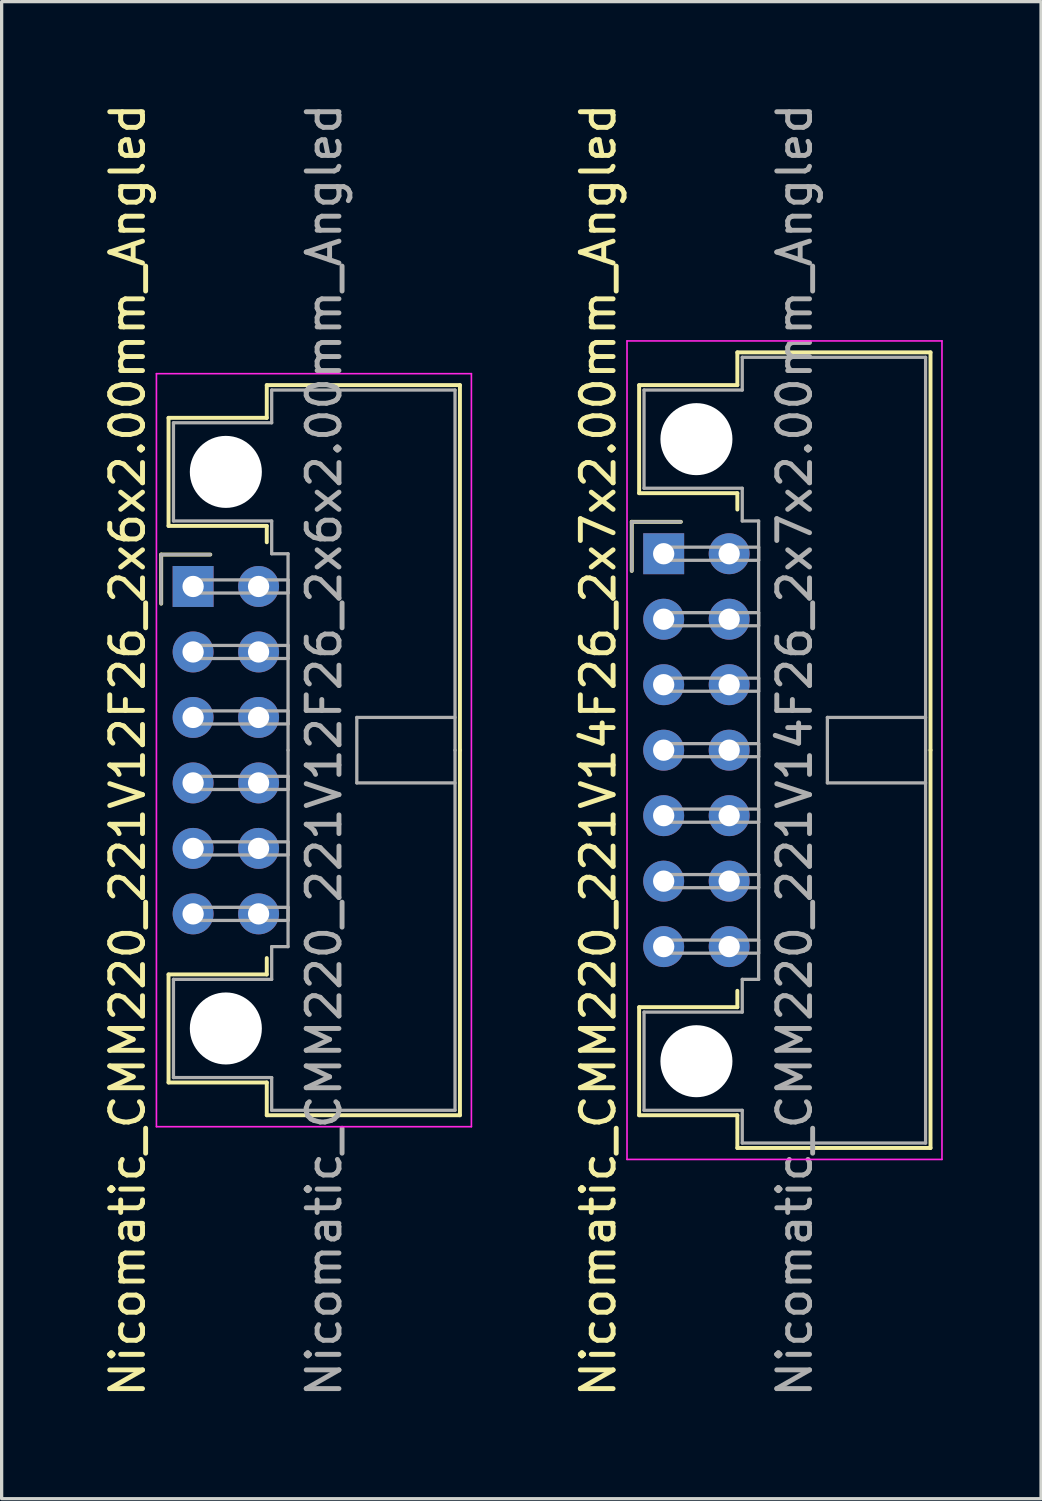
<source format=kicad_pcb>
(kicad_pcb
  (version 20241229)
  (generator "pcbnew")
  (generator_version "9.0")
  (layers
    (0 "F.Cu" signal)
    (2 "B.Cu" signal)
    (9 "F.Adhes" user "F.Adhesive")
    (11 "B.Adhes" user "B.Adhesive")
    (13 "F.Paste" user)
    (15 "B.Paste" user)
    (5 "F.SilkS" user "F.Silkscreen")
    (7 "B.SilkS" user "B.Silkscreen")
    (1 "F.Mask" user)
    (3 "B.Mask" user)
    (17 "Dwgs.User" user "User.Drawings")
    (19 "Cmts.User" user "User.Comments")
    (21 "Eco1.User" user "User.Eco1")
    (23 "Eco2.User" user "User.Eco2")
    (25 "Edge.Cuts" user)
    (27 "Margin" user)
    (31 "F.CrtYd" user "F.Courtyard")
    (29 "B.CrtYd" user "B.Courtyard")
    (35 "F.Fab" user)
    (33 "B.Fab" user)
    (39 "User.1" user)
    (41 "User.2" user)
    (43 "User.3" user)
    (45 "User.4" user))
  (footprint "Nicomatic_CMM220_221V14F26_2x7x2.00mm_Angled"
    (layer "F.Cu")
    (at 17.221 13.863)
    (property "Reference" "Nicomatic_CMM220_221V14F26_2x7x2.00mm_Angled" (at -2 6 90) (layer "F.SilkS") (effects (font (size 1 1) (thickness 0.15))))
    (attr through_hole)
    (fp_line (start -0.975 -0.975) (end -0.975 0.525) (stroke (width 0.12) (type solid)) (layer "F.SilkS"))
    (fp_line (start -0.75 -5.15) (end -0.75 -1.85) (stroke (width 0.12) (type solid)) (layer "F.SilkS"))
    (fp_line (start -0.75 -1.85) (end 2.25 -1.85) (stroke (width 0.12) (type solid)) (layer "F.SilkS"))
    (fp_line (start -0.75 13.85) (end 2.25 13.85) (stroke (width 0.12) (type solid)) (layer "F.SilkS"))
    (fp_line (start -0.75 17.15) (end -0.75 13.85) (stroke (width 0.12) (type solid)) (layer "F.SilkS"))
    (fp_line (start 0.525 -0.975) (end -0.975 -0.975) (stroke (width 0.12) (type solid)) (layer "F.SilkS"))
    (fp_line (start 2.25 -6.15) (end 2.25 -5.15) (stroke (width 0.12) (type solid)) (layer "F.SilkS"))
    (fp_line (start 2.25 -5.15) (end -0.75 -5.15) (stroke (width 0.12) (type solid)) (layer "F.SilkS"))
    (fp_line (start 2.25 -1.85) (end 2.25 -1.35) (stroke (width 0.12) (type solid)) (layer "F.SilkS"))
    (fp_line (start 2.25 13.85) (end 2.25 13.35) (stroke (width 0.12) (type solid)) (layer "F.SilkS"))
    (fp_line (start 2.25 17.15) (end -0.75 17.15) (stroke (width 0.12) (type solid)) (layer "F.SilkS"))
    (fp_line (start 2.25 18.15) (end 2.25 17.15) (stroke (width 0.12) (type solid)) (layer "F.SilkS"))
    (fp_line (start 8.15 -6.15) (end 2.25 -6.15) (stroke (width 0.12) (type solid)) (layer "F.SilkS"))
    (fp_line (start 8.15 6) (end 8.15 -6.15) (stroke (width 0.12) (type solid)) (layer "F.SilkS"))
    (fp_line (start 8.15 6) (end 8.15 18.15) (stroke (width 0.12) (type solid)) (layer "F.SilkS"))
    (fp_line (start 8.15 18.15) (end 2.25 18.15) (stroke (width 0.12) (type solid)) (layer "F.SilkS"))
    (fp_line (start -1.12 -6.5) (end -1.12 18.5) (stroke (width 0.05) (type solid)) (layer "F.CrtYd"))
    (fp_line (start -1.12 18.5) (end 8.5 18.5) (stroke (width 0.05) (type solid)) (layer "F.CrtYd"))
    (fp_line (start 8.5 -6.5) (end -1.12 -6.5) (stroke (width 0.05) (type solid)) (layer "F.CrtYd"))
    (fp_line (start 8.5 18.5) (end 8.5 -6.5) (stroke (width 0.05) (type solid)) (layer "F.CrtYd"))
    (fp_line (start -0.975 -0.975) (end -0.975 0.525) (stroke (width 0.1) (type solid)) (layer "F.Fab"))
    (fp_line (start -0.6 -5) (end -0.6 -2) (stroke (width 0.1) (type solid)) (layer "F.Fab"))
    (fp_line (start -0.6 -2) (end 2.4 -2) (stroke (width 0.1) (type solid)) (layer "F.Fab"))
    (fp_line (start -0.6 14) (end 2.4 14) (stroke (width 0.1) (type solid)) (layer "F.Fab"))
    (fp_line (start -0.6 17) (end -0.6 14) (stroke (width 0.1) (type solid)) (layer "F.Fab"))
    (fp_line (start 0 -0.2) (end 0 0.2) (stroke (width 0.1) (type solid)) (layer "F.Fab"))
    (fp_line (start 0 0.2) (end 2.9 0.2) (stroke (width 0.1) (type solid)) (layer "F.Fab"))
    (fp_line (start 0 1.8) (end 0 2.2) (stroke (width 0.1) (type solid)) (layer "F.Fab"))
    (fp_line (start 0 2.2) (end 2.9 2.2) (stroke (width 0.1) (type solid)) (layer "F.Fab"))
    (fp_line (start 0 3.8) (end 0 4.2) (stroke (width 0.1) (type solid)) (layer "F.Fab"))
    (fp_line (start 0 4.2) (end 2.9 4.2) (stroke (width 0.1) (type solid)) (layer "F.Fab"))
    (fp_line (start 0 5.8) (end 0 6.2) (stroke (width 0.1) (type solid)) (layer "F.Fab"))
    (fp_line (start 0 6.2) (end 2.9 6.2) (stroke (width 0.1) (type solid)) (layer "F.Fab"))
    (fp_line (start 0 7.8) (end 0 8.2) (stroke (width 0.1) (type solid)) (layer "F.Fab"))
    (fp_line (start 0 8.2) (end 2.9 8.2) (stroke (width 0.1) (type solid)) (layer "F.Fab"))
    (fp_line (start 0 9.8) (end 0 10.2) (stroke (width 0.1) (type solid)) (layer "F.Fab"))
    (fp_line (start 0 10.2) (end 2.9 10.2) (stroke (width 0.1) (type solid)) (layer "F.Fab"))
    (fp_line (start 0 11.8) (end 0 12.2) (stroke (width 0.1) (type solid)) (layer "F.Fab"))
    (fp_line (start 0 12.2) (end 2.9 12.2) (stroke (width 0.1) (type solid)) (layer "F.Fab"))
    (fp_line (start 0.525 -0.975) (end -0.975 -0.975) (stroke (width 0.1) (type solid)) (layer "F.Fab"))
    (fp_line (start 2.4 -6) (end 2.4 -5) (stroke (width 0.1) (type solid)) (layer "F.Fab"))
    (fp_line (start 2.4 -5) (end -0.6 -5) (stroke (width 0.1) (type solid)) (layer "F.Fab"))
    (fp_line (start 2.4 -2) (end 2.4 -1) (stroke (width 0.1) (type solid)) (layer "F.Fab"))
    (fp_line (start 2.4 -1) (end 2.9 -1) (stroke (width 0.1) (type solid)) (layer "F.Fab"))
    (fp_line (start 2.4 13) (end 2.9 13) (stroke (width 0.1) (type solid)) (layer "F.Fab"))
    (fp_line (start 2.4 14) (end 2.4 13) (stroke (width 0.1) (type solid)) (layer "F.Fab"))
    (fp_line (start 2.4 17) (end -0.6 17) (stroke (width 0.1) (type solid)) (layer "F.Fab"))
    (fp_line (start 2.4 18) (end 2.4 17) (stroke (width 0.1) (type solid)) (layer "F.Fab"))
    (fp_line (start 2.9 -1) (end 2.9 6) (stroke (width 0.1) (type solid)) (layer "F.Fab"))
    (fp_line (start 2.9 -0.2) (end 0 -0.2) (stroke (width 0.1) (type solid)) (layer "F.Fab"))
    (fp_line (start 2.9 0.2) (end 2.9 -0.2) (stroke (width 0.1) (type solid)) (layer "F.Fab"))
    (fp_line (start 2.9 1.8) (end 0 1.8) (stroke (width 0.1) (type solid)) (layer "F.Fab"))
    (fp_line (start 2.9 2.2) (end 2.9 1.8) (stroke (width 0.1) (type solid)) (layer "F.Fab"))
    (fp_line (start 2.9 3.8) (end 0 3.8) (stroke (width 0.1) (type solid)) (layer "F.Fab"))
    (fp_line (start 2.9 4.2) (end 2.9 3.8) (stroke (width 0.1) (type solid)) (layer "F.Fab"))
    (fp_line (start 2.9 5.8) (end 0 5.8) (stroke (width 0.1) (type solid)) (layer "F.Fab"))
    (fp_line (start 2.9 6.2) (end 2.9 5.8) (stroke (width 0.1) (type solid)) (layer "F.Fab"))
    (fp_line (start 2.9 7.8) (end 0 7.8) (stroke (width 0.1) (type solid)) (layer "F.Fab"))
    (fp_line (start 2.9 8.2) (end 2.9 7.8) (stroke (width 0.1) (type solid)) (layer "F.Fab"))
    (fp_line (start 2.9 9.8) (end 0 9.8) (stroke (width 0.1) (type solid)) (layer "F.Fab"))
    (fp_line (start 2.9 10.2) (end 2.9 9.8) (stroke (width 0.1) (type solid)) (layer "F.Fab"))
    (fp_line (start 2.9 11.8) (end 0 11.8) (stroke (width 0.1) (type solid)) (layer "F.Fab"))
    (fp_line (start 2.9 12.2) (end 2.9 11.8) (stroke (width 0.1) (type solid)) (layer "F.Fab"))
    (fp_line (start 2.9 13) (end 2.9 6) (stroke (width 0.1) (type solid)) (layer "F.Fab"))
    (fp_line (start 5 5) (end 5 7) (stroke (width 0.1) (type solid)) (layer "F.Fab"))
    (fp_line (start 5 7) (end 8 7) (stroke (width 0.1) (type solid)) (layer "F.Fab"))
    (fp_line (start 8 -6) (end 2.4 -6) (stroke (width 0.1) (type solid)) (layer "F.Fab"))
    (fp_line (start 8 5) (end 5 5) (stroke (width 0.1) (type solid)) (layer "F.Fab"))
    (fp_line (start 8 6) (end 8 -6) (stroke (width 0.1) (type solid)) (layer "F.Fab"))
    (fp_line (start 8 6) (end 8 18) (stroke (width 0.1) (type solid)) (layer "F.Fab"))
    (fp_line (start 8 18) (end 2.4 18) (stroke (width 0.1) (type solid)) (layer "F.Fab"))
    (fp_text user "${REFERENCE}" (at 4 6 90) (layer "F.Fab") (effects (font (size 1 1) (thickness 0.15))))
    (pad "" np_thru_hole circle (at 1 -3.5) (size 2.2 2.2) (drill 2.2) (layers "*.Cu" "*.Mask"))
    (pad "" np_thru_hole circle (at 1 15.5) (size 2.2 2.2) (drill 2.2) (layers "*.Cu" "*.Mask"))
    (pad "1" thru_hole rect (at 0 0) (size 1.25 1.25) (drill 0.65) (layers "*.Cu" "*.Mask"))
    (pad "2" thru_hole oval (at 0 2) (size 1.25 1.25) (drill 0.65) (layers "*.Cu" "*.Mask"))
    (pad "3" thru_hole oval (at 0 4) (size 1.25 1.25) (drill 0.65) (layers "*.Cu" "*.Mask"))
    (pad "4" thru_hole oval (at 0 6) (size 1.25 1.25) (drill 0.65) (layers "*.Cu" "*.Mask"))
    (pad "5" thru_hole oval (at 0 8) (size 1.25 1.25) (drill 0.65) (layers "*.Cu" "*.Mask"))
    (pad "6" thru_hole oval (at 0 10) (size 1.25 1.25) (drill 0.65) (layers "*.Cu" "*.Mask"))
    (pad "7" thru_hole oval (at 0 12) (size 1.25 1.25) (drill 0.65) (layers "*.Cu" "*.Mask"))
    (pad "8" thru_hole oval (at 2 0) (size 1.25 1.25) (drill 0.65) (layers "*.Cu" "*.Mask"))
    (pad "9" thru_hole oval (at 2 2) (size 1.25 1.25) (drill 0.65) (layers "*.Cu" "*.Mask"))
    (pad "10" thru_hole oval (at 2 4) (size 1.25 1.25) (drill 0.65) (layers "*.Cu" "*.Mask"))
    (pad "11" thru_hole oval (at 2 6) (size 1.25 1.25) (drill 0.65) (layers "*.Cu" "*.Mask"))
    (pad "12" thru_hole oval (at 2 8) (size 1.25 1.25) (drill 0.65) (layers "*.Cu" "*.Mask"))
    (pad "13" thru_hole oval (at 2 10) (size 1.25 1.25) (drill 0.65) (layers "*.Cu" "*.Mask"))
    (pad "14" thru_hole oval (at 2 12) (size 1.25 1.25) (drill 0.65) (layers "*.Cu" "*.Mask")))
  (footprint "Nicomatic_CMM220_221V12F26_2x6x2.00mm_Angled"
    (layer "F.Cu")
    (at 2.848 14.863)
    (property "Reference" "Nicomatic_CMM220_221V12F26_2x6x2.00mm_Angled" (at -2 5 90) (layer "F.SilkS") (effects (font (size 1 1) (thickness 0.15))))
    (attr through_hole)
    (fp_line (start -0.975 -0.975) (end -0.975 0.525) (stroke (width 0.12) (type solid)) (layer "F.SilkS"))
    (fp_line (start -0.75 -5.15) (end -0.75 -1.85) (stroke (width 0.12) (type solid)) (layer "F.SilkS"))
    (fp_line (start -0.75 -1.85) (end 2.25 -1.85) (stroke (width 0.12) (type solid)) (layer "F.SilkS"))
    (fp_line (start -0.75 11.85) (end 2.25 11.85) (stroke (width 0.12) (type solid)) (layer "F.SilkS"))
    (fp_line (start -0.75 15.15) (end -0.75 11.85) (stroke (width 0.12) (type solid)) (layer "F.SilkS"))
    (fp_line (start 0.525 -0.975) (end -0.975 -0.975) (stroke (width 0.12) (type solid)) (layer "F.SilkS"))
    (fp_line (start 2.25 -6.15) (end 2.25 -5.15) (stroke (width 0.12) (type solid)) (layer "F.SilkS"))
    (fp_line (start 2.25 -5.15) (end -0.75 -5.15) (stroke (width 0.12) (type solid)) (layer "F.SilkS"))
    (fp_line (start 2.25 -1.85) (end 2.25 -1.35) (stroke (width 0.12) (type solid)) (layer "F.SilkS"))
    (fp_line (start 2.25 11.85) (end 2.25 11.35) (stroke (width 0.12) (type solid)) (layer "F.SilkS"))
    (fp_line (start 2.25 15.15) (end -0.75 15.15) (stroke (width 0.12) (type solid)) (layer "F.SilkS"))
    (fp_line (start 2.25 16.15) (end 2.25 15.15) (stroke (width 0.12) (type solid)) (layer "F.SilkS"))
    (fp_line (start 8.15 -6.15) (end 2.25 -6.15) (stroke (width 0.12) (type solid)) (layer "F.SilkS"))
    (fp_line (start 8.15 5) (end 8.15 -6.15) (stroke (width 0.12) (type solid)) (layer "F.SilkS"))
    (fp_line (start 8.15 5) (end 8.15 16.15) (stroke (width 0.12) (type solid)) (layer "F.SilkS"))
    (fp_line (start 8.15 16.15) (end 2.25 16.15) (stroke (width 0.12) (type solid)) (layer "F.SilkS"))
    (fp_line (start -1.12 -6.5) (end -1.12 16.5) (stroke (width 0.05) (type solid)) (layer "F.CrtYd"))
    (fp_line (start -1.12 16.5) (end 8.5 16.5) (stroke (width 0.05) (type solid)) (layer "F.CrtYd"))
    (fp_line (start 8.5 -6.5) (end -1.12 -6.5) (stroke (width 0.05) (type solid)) (layer "F.CrtYd"))
    (fp_line (start 8.5 16.5) (end 8.5 -6.5) (stroke (width 0.05) (type solid)) (layer "F.CrtYd"))
    (fp_line (start -0.975 -0.975) (end -0.975 0.525) (stroke (width 0.1) (type solid)) (layer "F.Fab"))
    (fp_line (start -0.6 -5) (end -0.6 -2) (stroke (width 0.1) (type solid)) (layer "F.Fab"))
    (fp_line (start -0.6 -2) (end 2.4 -2) (stroke (width 0.1) (type solid)) (layer "F.Fab"))
    (fp_line (start -0.6 12) (end 2.4 12) (stroke (width 0.1) (type solid)) (layer "F.Fab"))
    (fp_line (start -0.6 15) (end -0.6 12) (stroke (width 0.1) (type solid)) (layer "F.Fab"))
    (fp_line (start 0 -0.2) (end 0 0.2) (stroke (width 0.1) (type solid)) (layer "F.Fab"))
    (fp_line (start 0 0.2) (end 2.9 0.2) (stroke (width 0.1) (type solid)) (layer "F.Fab"))
    (fp_line (start 0 1.8) (end 0 2.2) (stroke (width 0.1) (type solid)) (layer "F.Fab"))
    (fp_line (start 0 2.2) (end 2.9 2.2) (stroke (width 0.1) (type solid)) (layer "F.Fab"))
    (fp_line (start 0 3.8) (end 0 4.2) (stroke (width 0.1) (type solid)) (layer "F.Fab"))
    (fp_line (start 0 4.2) (end 2.9 4.2) (stroke (width 0.1) (type solid)) (layer "F.Fab"))
    (fp_line (start 0 5.8) (end 0 6.2) (stroke (width 0.1) (type solid)) (layer "F.Fab"))
    (fp_line (start 0 6.2) (end 2.9 6.2) (stroke (width 0.1) (type solid)) (layer "F.Fab"))
    (fp_line (start 0 7.8) (end 0 8.2) (stroke (width 0.1) (type solid)) (layer "F.Fab"))
    (fp_line (start 0 8.2) (end 2.9 8.2) (stroke (width 0.1) (type solid)) (layer "F.Fab"))
    (fp_line (start 0 9.8) (end 0 10.2) (stroke (width 0.1) (type solid)) (layer "F.Fab"))
    (fp_line (start 0 10.2) (end 2.9 10.2) (stroke (width 0.1) (type solid)) (layer "F.Fab"))
    (fp_line (start 0.525 -0.975) (end -0.975 -0.975) (stroke (width 0.1) (type solid)) (layer "F.Fab"))
    (fp_line (start 2.4 -6) (end 2.4 -5) (stroke (width 0.1) (type solid)) (layer "F.Fab"))
    (fp_line (start 2.4 -5) (end -0.6 -5) (stroke (width 0.1) (type solid)) (layer "F.Fab"))
    (fp_line (start 2.4 -2) (end 2.4 -1) (stroke (width 0.1) (type solid)) (layer "F.Fab"))
    (fp_line (start 2.4 -1) (end 2.9 -1) (stroke (width 0.1) (type solid)) (layer "F.Fab"))
    (fp_line (start 2.4 11) (end 2.9 11) (stroke (width 0.1) (type solid)) (layer "F.Fab"))
    (fp_line (start 2.4 12) (end 2.4 11) (stroke (width 0.1) (type solid)) (layer "F.Fab"))
    (fp_line (start 2.4 15) (end -0.6 15) (stroke (width 0.1) (type solid)) (layer "F.Fab"))
    (fp_line (start 2.4 16) (end 2.4 15) (stroke (width 0.1) (type solid)) (layer "F.Fab"))
    (fp_line (start 2.9 -1) (end 2.9 5) (stroke (width 0.1) (type solid)) (layer "F.Fab"))
    (fp_line (start 2.9 -0.2) (end 0 -0.2) (stroke (width 0.1) (type solid)) (layer "F.Fab"))
    (fp_line (start 2.9 0.2) (end 2.9 -0.2) (stroke (width 0.1) (type solid)) (layer "F.Fab"))
    (fp_line (start 2.9 1.8) (end 0 1.8) (stroke (width 0.1) (type solid)) (layer "F.Fab"))
    (fp_line (start 2.9 2.2) (end 2.9 1.8) (stroke (width 0.1) (type solid)) (layer "F.Fab"))
    (fp_line (start 2.9 3.8) (end 0 3.8) (stroke (width 0.1) (type solid)) (layer "F.Fab"))
    (fp_line (start 2.9 4.2) (end 2.9 3.8) (stroke (width 0.1) (type solid)) (layer "F.Fab"))
    (fp_line (start 2.9 5.8) (end 0 5.8) (stroke (width 0.1) (type solid)) (layer "F.Fab"))
    (fp_line (start 2.9 6.2) (end 2.9 5.8) (stroke (width 0.1) (type solid)) (layer "F.Fab"))
    (fp_line (start 2.9 7.8) (end 0 7.8) (stroke (width 0.1) (type solid)) (layer "F.Fab"))
    (fp_line (start 2.9 8.2) (end 2.9 7.8) (stroke (width 0.1) (type solid)) (layer "F.Fab"))
    (fp_line (start 2.9 9.8) (end 0 9.8) (stroke (width 0.1) (type solid)) (layer "F.Fab"))
    (fp_line (start 2.9 10.2) (end 2.9 9.8) (stroke (width 0.1) (type solid)) (layer "F.Fab"))
    (fp_line (start 2.9 11) (end 2.9 5) (stroke (width 0.1) (type solid)) (layer "F.Fab"))
    (fp_line (start 5 4) (end 5 6) (stroke (width 0.1) (type solid)) (layer "F.Fab"))
    (fp_line (start 5 6) (end 8 6) (stroke (width 0.1) (type solid)) (layer "F.Fab"))
    (fp_line (start 8 -6) (end 2.4 -6) (stroke (width 0.1) (type solid)) (layer "F.Fab"))
    (fp_line (start 8 4) (end 5 4) (stroke (width 0.1) (type solid)) (layer "F.Fab"))
    (fp_line (start 8 5) (end 8 -6) (stroke (width 0.1) (type solid)) (layer "F.Fab"))
    (fp_line (start 8 5) (end 8 16) (stroke (width 0.1) (type solid)) (layer "F.Fab"))
    (fp_line (start 8 16) (end 2.4 16) (stroke (width 0.1) (type solid)) (layer "F.Fab"))
    (fp_text user "${REFERENCE}" (at 4 5 90) (layer "F.Fab") (effects (font (size 1 1) (thickness 0.15))))
    (pad "" np_thru_hole circle (at 1 -3.5) (size 2.2 2.2) (drill 2.2) (layers "*.Cu" "*.Mask"))
    (pad "" np_thru_hole circle (at 1 13.5) (size 2.2 2.2) (drill 2.2) (layers "*.Cu" "*.Mask"))
    (pad "1" thru_hole rect (at 0 0) (size 1.25 1.25) (drill 0.65) (layers "*.Cu" "*.Mask"))
    (pad "2" thru_hole oval (at 0 2) (size 1.25 1.25) (drill 0.65) (layers "*.Cu" "*.Mask"))
    (pad "3" thru_hole oval (at 0 4) (size 1.25 1.25) (drill 0.65) (layers "*.Cu" "*.Mask"))
    (pad "4" thru_hole oval (at 0 6) (size 1.25 1.25) (drill 0.65) (layers "*.Cu" "*.Mask"))
    (pad "5" thru_hole oval (at 0 8) (size 1.25 1.25) (drill 0.65) (layers "*.Cu" "*.Mask"))
    (pad "6" thru_hole oval (at 0 10) (size 1.25 1.25) (drill 0.65) (layers "*.Cu" "*.Mask"))
    (pad "7" thru_hole oval (at 2 0) (size 1.25 1.25) (drill 0.65) (layers "*.Cu" "*.Mask"))
    (pad "8" thru_hole oval (at 2 2) (size 1.25 1.25) (drill 0.65) (layers "*.Cu" "*.Mask"))
    (pad "9" thru_hole oval (at 2 4) (size 1.25 1.25) (drill 0.65) (layers "*.Cu" "*.Mask"))
    (pad "10" thru_hole oval (at 2 6) (size 1.25 1.25) (drill 0.65) (layers "*.Cu" "*.Mask"))
    (pad "11" thru_hole oval (at 2 8) (size 1.25 1.25) (drill 0.65) (layers "*.Cu" "*.Mask"))
    (pad "12" thru_hole oval (at 2 10) (size 1.25 1.25) (drill 0.65) (layers "*.Cu" "*.Mask")))
  (gr_rect
    (start -3 -3)
    (end 28.747 42.726)
    (stroke (width 0.1) (type default))
    (fill no)
    (layer "Edge.Cuts")))
</source>
